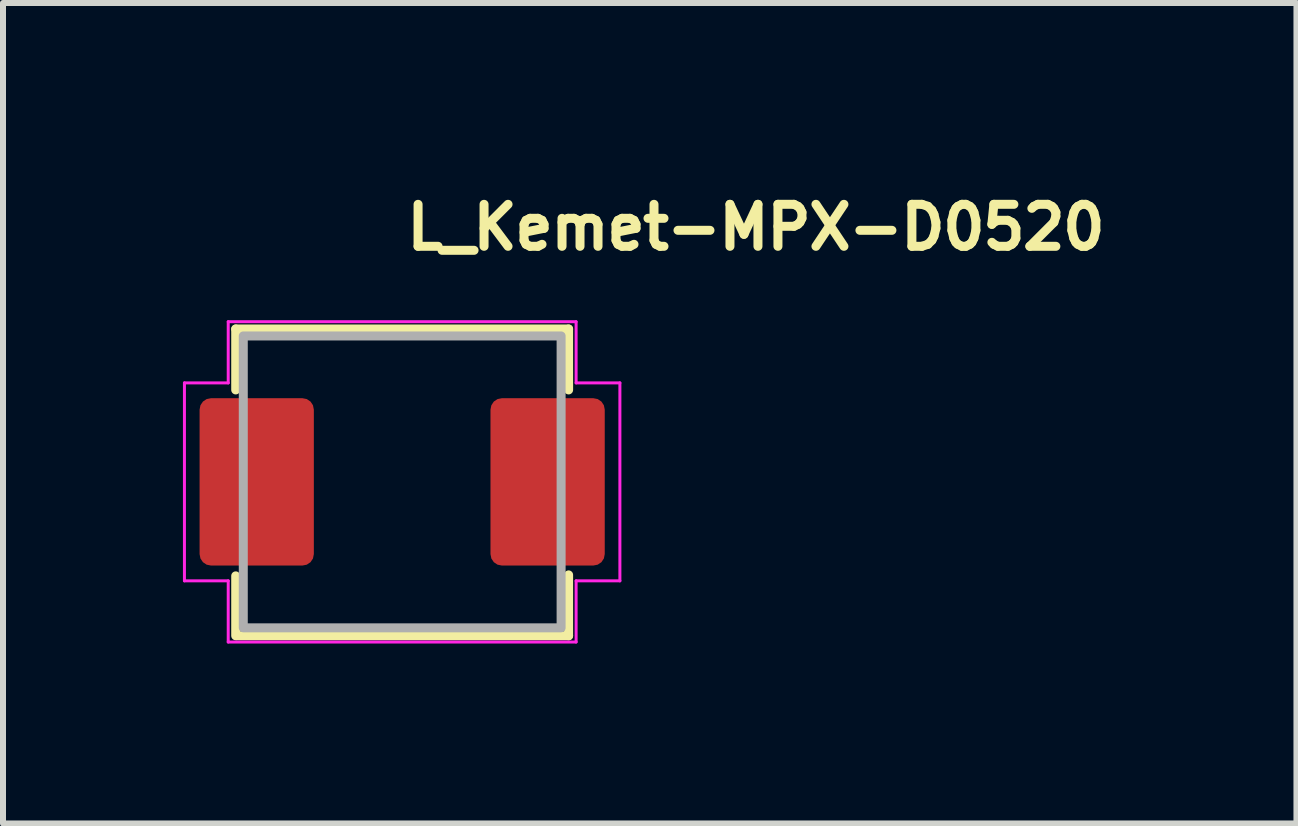
<source format=kicad_pcb>
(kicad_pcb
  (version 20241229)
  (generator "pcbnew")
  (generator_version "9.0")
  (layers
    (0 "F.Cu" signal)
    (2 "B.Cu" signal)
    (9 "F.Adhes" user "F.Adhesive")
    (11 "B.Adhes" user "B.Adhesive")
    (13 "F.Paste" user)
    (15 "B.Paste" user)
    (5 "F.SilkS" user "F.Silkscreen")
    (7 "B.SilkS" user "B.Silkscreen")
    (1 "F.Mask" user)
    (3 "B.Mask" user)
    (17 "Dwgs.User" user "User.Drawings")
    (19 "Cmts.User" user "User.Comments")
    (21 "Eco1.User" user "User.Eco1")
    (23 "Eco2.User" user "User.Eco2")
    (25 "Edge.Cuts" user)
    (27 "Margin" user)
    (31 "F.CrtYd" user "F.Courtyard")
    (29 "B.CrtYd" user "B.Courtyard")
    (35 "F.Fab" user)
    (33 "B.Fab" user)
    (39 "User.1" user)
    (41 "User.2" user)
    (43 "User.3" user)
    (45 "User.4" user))
  (footprint "L_Kemet-MPX-D0520"
    (layer "F.Cu")
    (at 3.655 4.984)
    (property "Reference" "L_Kemet-MPX-D0520" (at 0 -3.834 0) (layer "F.SilkS") (effects (font (size 0.7 0.7) (thickness 0.15)) (justify left bottom)))
    (attr smd)
    (fp_line (start -2.775 -2.549) (end 2.775 -2.549) (stroke (width 0.15) (type solid)) (layer "F.SilkS"))
    (fp_line (start -2.775 -1.533) (end -2.775 -2.549) (stroke (width 0.15) (type solid)) (layer "F.SilkS"))
    (fp_line (start -2.775 2.566) (end -2.775 1.567) (stroke (width 0.15) (type solid)) (layer "F.SilkS"))
    (fp_line (start 2.775 -2.549) (end 2.775 -1.533) (stroke (width 0.15) (type solid)) (layer "F.SilkS"))
    (fp_line (start 2.775 1.551) (end 2.775 2.566) (stroke (width 0.15) (type solid)) (layer "F.SilkS"))
    (fp_line (start 2.775 2.566) (end -2.749 2.566) (stroke (width 0.15) (type solid)) (layer "F.SilkS"))
    (fp_line (start -3.63 -1.65) (end -2.9 -1.65) (stroke (width 0.05) (type solid)) (layer "F.CrtYd"))
    (fp_line (start -3.63 1.65) (end -3.63 -1.65) (stroke (width 0.05) (type solid)) (layer "F.CrtYd"))
    (fp_line (start -2.9 -1.65) (end -2.9 -2.67) (stroke (width 0.05) (type solid)) (layer "F.CrtYd"))
    (fp_line (start -2.9 1.65) (end -3.63 1.65) (stroke (width 0.05) (type solid)) (layer "F.CrtYd"))
    (fp_line (start -2.9 2.67) (end -2.9 1.65) (stroke (width 0.05) (type solid)) (layer "F.CrtYd"))
    (fp_line (start 2.9 -2.67) (end -2.9 -2.67) (stroke (width 0.05) (type solid)) (layer "F.CrtYd"))
    (fp_line (start 2.9 -2.67) (end 2.9 -1.65) (stroke (width 0.05) (type solid)) (layer "F.CrtYd"))
    (fp_line (start 2.9 -1.65) (end 3.63 -1.65) (stroke (width 0.05) (type solid)) (layer "F.CrtYd"))
    (fp_line (start 2.9 2.67) (end -2.9 2.67) (stroke (width 0.05) (type solid)) (layer "F.CrtYd"))
    (fp_line (start 2.9 2.67) (end 2.9 1.65) (stroke (width 0.05) (type solid)) (layer "F.CrtYd"))
    (fp_line (start 3.63 1.65) (end 2.9 1.65) (stroke (width 0.05) (type solid)) (layer "F.CrtYd"))
    (fp_line (start 3.63 1.65) (end 3.63 -1.65) (stroke (width 0.05) (type solid)) (layer "F.CrtYd"))
    (fp_rect (start -2.649 -2.433) (end 2.65 2.433) (stroke (width 0.15) (type solid)) (fill no) (layer "F.Fab"))
    (fp_rect (start -2.649 -2.433) (end 2.65 2.433) (stroke (width 0.1) (type solid)) (fill no) (layer "User.5"))
    (fp_line (start -2.649 -2.433) (end -2.649 1.567) (stroke (width 0.02) (type solid)) (layer "User.9"))
    (fp_line (start -2.649 1.567) (end -2.347 1.768) (stroke (width 0.02) (type solid)) (layer "User.9"))
    (fp_line (start -2.347 1.768) (end -2.032 1.946) (stroke (width 0.02) (type solid)) (layer "User.9"))
    (fp_line (start -2.032 1.946) (end -1.71 2.094) (stroke (width 0.02) (type solid)) (layer "User.9"))
    (fp_line (start -1.71 2.094) (end -1.377 2.216) (stroke (width 0.02) (type solid)) (layer "User.9"))
    (fp_line (start -1.377 2.216) (end -1.039 2.311) (stroke (width 0.02) (type solid)) (layer "User.9"))
    (fp_line (start -1.039 2.311) (end -0.693 2.379) (stroke (width 0.02) (type solid)) (layer "User.9"))
    (fp_line (start -0.693 2.379) (end -0.347 2.42) (stroke (width 0.02) (type solid)) (layer "User.9"))
    (fp_line (start -0.347 2.42) (end 0 2.433) (stroke (width 0.02) (type solid)) (layer "User.9"))
    (fp_line (start 0 2.433) (end 0.346 2.42) (stroke (width 0.02) (type solid)) (layer "User.9"))
    (fp_line (start 0.346 2.42) (end 0.693 2.379) (stroke (width 0.02) (type solid)) (layer "User.9"))
    (fp_line (start 0.693 2.379) (end 1.039 2.311) (stroke (width 0.02) (type solid)) (layer "User.9"))
    (fp_line (start 1.039 2.311) (end 1.377 2.216) (stroke (width 0.02) (type solid)) (layer "User.9"))
    (fp_line (start 1.377 2.216) (end 1.711 2.094) (stroke (width 0.02) (type solid)) (layer "User.9"))
    (fp_line (start 1.711 2.094) (end 2.035 1.946) (stroke (width 0.02) (type solid)) (layer "User.9"))
    (fp_line (start 2.035 1.946) (end 2.348 1.768) (stroke (width 0.02) (type solid)) (layer "User.9"))
    (fp_line (start 2.348 1.768) (end 2.65 1.567) (stroke (width 0.02) (type solid)) (layer "User.9"))
    (fp_line (start 2.65 -2.433) (end -2.649 -2.433) (stroke (width 0.02) (type solid)) (layer "User.9"))
    (fp_line (start 2.65 1.567) (end 2.65 -2.433) (stroke (width 0.02) (type solid)) (layer "User.9"))
    (pad "1" smd roundrect (at -2.425 0) (size 1.905 2.79) (layers "F.Cu" "F.Mask" "F.Paste") (roundrect_rratio 0.1))
    (pad "2" smd roundrect (at 2.425 0) (size 1.905 2.79) (layers "F.Cu" "F.Mask" "F.Paste") (roundrect_rratio 0.1)))
  (gr_rect
    (start -3 -3)
    (end 18.565 10.679)
    (stroke (width 0.1) (type default))
    (fill no)
    (layer "Edge.Cuts")))
</source>
